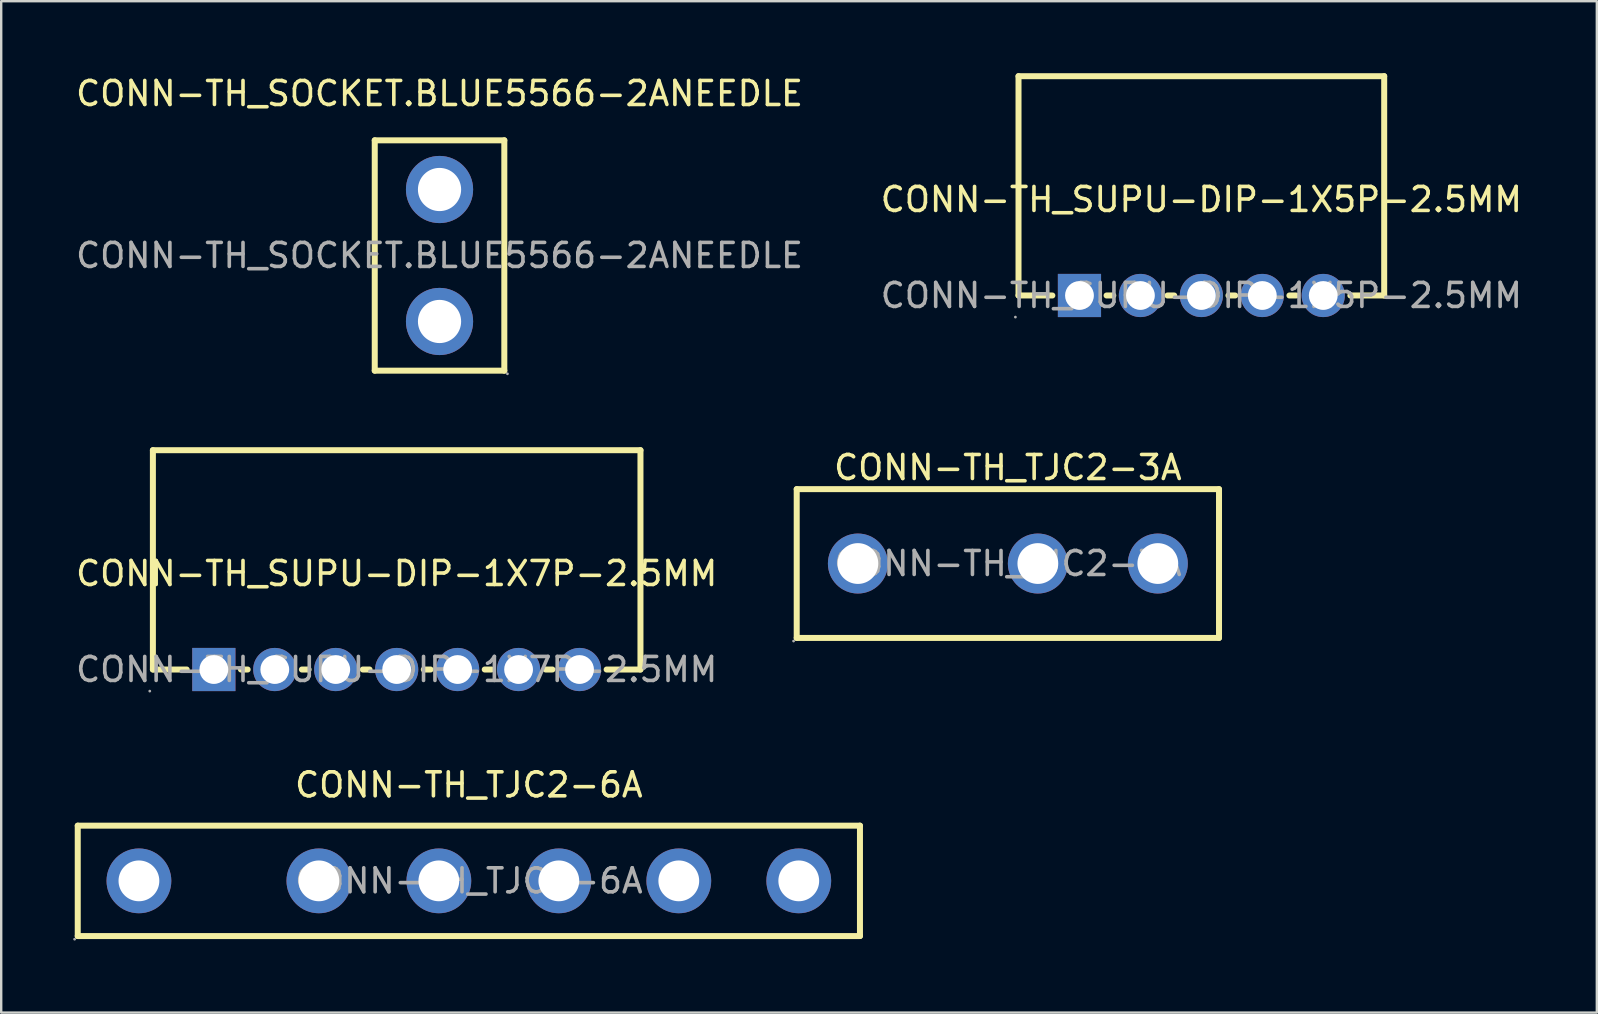
<source format=kicad_pcb>
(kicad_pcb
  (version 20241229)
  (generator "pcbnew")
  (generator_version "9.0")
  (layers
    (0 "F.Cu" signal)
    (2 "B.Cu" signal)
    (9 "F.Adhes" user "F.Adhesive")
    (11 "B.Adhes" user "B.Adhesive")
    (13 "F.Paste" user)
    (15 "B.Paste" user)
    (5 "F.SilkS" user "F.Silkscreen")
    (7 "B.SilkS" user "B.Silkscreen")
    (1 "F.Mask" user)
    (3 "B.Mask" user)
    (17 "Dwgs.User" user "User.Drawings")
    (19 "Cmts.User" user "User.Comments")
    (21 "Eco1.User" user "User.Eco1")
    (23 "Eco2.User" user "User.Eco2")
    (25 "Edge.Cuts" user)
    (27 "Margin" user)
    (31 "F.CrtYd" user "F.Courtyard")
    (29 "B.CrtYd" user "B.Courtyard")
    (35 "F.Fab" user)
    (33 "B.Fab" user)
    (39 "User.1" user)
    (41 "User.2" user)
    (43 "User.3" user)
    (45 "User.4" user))
  (footprint "CONN-TH_TJC2-6A"
    (layer "F.Cu")
    (at 16.49 33.661)
    (property "Reference" "CONN-TH_TJC2-6A" (at 0 -4 0) (layer "F.SilkS") (effects (font (size 1 1) (thickness 0.15))))
    (attr through_hole)
    (fp_line (start -16.3 -2.3) (end 16.3 -2.3) (stroke (width 0.25) (type solid)) (layer "F.SilkS"))
    (fp_line (start -16.3 2.3) (end -16.3 -2.3) (stroke (width 0.25) (type solid)) (layer "F.SilkS"))
    (fp_line (start 16.3 -2.3) (end 16.3 2.3) (stroke (width 0.25) (type solid)) (layer "F.SilkS"))
    (fp_line (start 16.3 2.3) (end -16.3 2.3) (stroke (width 0.25) (type solid)) (layer "F.SilkS"))
    (fp_circle (center -16.43 2.43) (end -16.4 2.43) (stroke (width 0.06) (type solid)) (fill no) (layer "F.Fab"))
    (fp_circle (center -13.75 0) (end -13.37 0) (stroke (width 0.75) (type solid)) (fill no) (layer "F.Fab"))
    (fp_circle (center -6.25 0) (end -5.87 0) (stroke (width 0.75) (type solid)) (fill no) (layer "F.Fab"))
    (fp_circle (center -1.25 0) (end -0.87 0) (stroke (width 0.75) (type solid)) (fill no) (layer "F.Fab"))
    (fp_circle (center 3.75 0) (end 4.13 0) (stroke (width 0.75) (type solid)) (fill no) (layer "F.Fab"))
    (fp_circle (center 8.75 0) (end 9.13 0) (stroke (width 0.75) (type solid)) (fill no) (layer "F.Fab"))
    (fp_circle (center 13.75 0) (end 14.13 0) (stroke (width 0.75) (type solid)) (fill no) (layer "F.Fab"))
    (fp_text user "${REFERENCE}" (at 0 0 0) (layer "F.Fab") (effects (font (size 1 1) (thickness 0.15))))
    (pad "1" thru_hole circle (at -13.75 0) (size 2.7 2.7) (drill 1.7) (layers "*.Cu" "*.Paste" "*.Mask"))
    (pad "2" thru_hole circle (at -6.25 0) (size 2.7 2.7) (drill 1.7) (layers "*.Cu" "*.Paste" "*.Mask"))
    (pad "3" thru_hole circle (at -1.25 0) (size 2.7 2.7) (drill 1.7) (layers "*.Cu" "*.Paste" "*.Mask"))
    (pad "4" thru_hole circle (at 3.75 0) (size 2.7 2.7) (drill 1.7) (layers "*.Cu" "*.Paste" "*.Mask"))
    (pad "5" thru_hole circle (at 8.75 0) (size 2.7 2.7) (drill 1.7) (layers "*.Cu" "*.Paste" "*.Mask"))
    (pad "6" thru_hole circle (at 13.75 0) (size 2.7 2.7) (drill 1.7) (layers "*.Cu" "*.Paste" "*.Mask")))
  (footprint "CONN-TH_TJC2-3A"
    (layer "F.Cu")
    (at 38.954 20.436)
    (property "Reference" "CONN-TH_TJC2-3A" (at 0 -4 0) (layer "F.SilkS") (effects (font (size 1 1) (thickness 0.15))))
    (attr through_hole)
    (fp_line (start -8.8 -3.1) (end 8.8 -3.1) (stroke (width 0.25) (type solid)) (layer "F.SilkS"))
    (fp_line (start -8.8 3.1) (end -8.8 -3.1) (stroke (width 0.25) (type solid)) (layer "F.SilkS"))
    (fp_line (start 8.8 -3.1) (end 8.8 3.1) (stroke (width 0.25) (type solid)) (layer "F.SilkS"))
    (fp_line (start 8.8 3.1) (end -8.8 3.1) (stroke (width 0.25) (type solid)) (layer "F.SilkS"))
    (fp_circle (center -8.93 3.23) (end -8.9 3.23) (stroke (width 0.06) (type solid)) (fill no) (layer "F.Fab"))
    (fp_circle (center -6.25 0) (end -5.87 0) (stroke (width 0.75) (type solid)) (fill no) (layer "F.Fab"))
    (fp_circle (center 1.25 0) (end 1.63 0) (stroke (width 0.75) (type solid)) (fill no) (layer "F.Fab"))
    (fp_circle (center 6.25 0) (end 6.63 0) (stroke (width 0.75) (type solid)) (fill no) (layer "F.Fab"))
    (fp_text user "${REFERENCE}" (at 0 0 0) (layer "F.Fab") (effects (font (size 1 1) (thickness 0.15))))
    (pad "1" thru_hole circle (at -6.25 0) (size 2.5 2.5) (drill 1.7) (layers "*.Cu" "*.Paste" "*.Mask"))
    (pad "2" thru_hole circle (at 1.25 0) (size 2.5 2.5) (drill 1.7) (layers "*.Cu" "*.Paste" "*.Mask"))
    (pad "3" thru_hole circle (at 6.25 0) (size 2.5 2.5) (drill 1.7) (layers "*.Cu" "*.Paste" "*.Mask")))
  (footprint "CONN-TH_SUPU-DIP-1X7P-2.5MM"
    (layer "F.Cu")
    (at 13.482 24.853)
    (property "Reference" "CONN-TH_SUPU-DIP-1X7P-2.5MM" (at 0 -4 0) (layer "F.SilkS") (effects (font (size 1 1) (thickness 0.15))))
    (attr through_hole)
    (fp_line (start -10.16 -9.14) (end -10.16 0) (stroke (width 0.25) (type solid)) (layer "F.SilkS"))
    (fp_line (start -10.16 0) (end -8.75 0) (stroke (width 0.25) (type solid)) (layer "F.SilkS"))
    (fp_line (start -6.49 0) (end -6.21 0) (stroke (width 0.25) (type solid)) (layer "F.SilkS"))
    (fp_line (start -3.95 0) (end -3.67 0) (stroke (width 0.25) (type solid)) (layer "F.SilkS"))
    (fp_line (start -1.41 0) (end -1.13 0) (stroke (width 0.25) (type solid)) (layer "F.SilkS"))
    (fp_line (start 1.13 0) (end 1.41 0) (stroke (width 0.25) (type solid)) (layer "F.SilkS"))
    (fp_line (start 3.67 0) (end 3.95 0) (stroke (width 0.25) (type solid)) (layer "F.SilkS"))
    (fp_line (start 6.21 0) (end 6.49 0) (stroke (width 0.25) (type solid)) (layer "F.SilkS"))
    (fp_line (start 8.75 0) (end 10.16 0) (stroke (width 0.25) (type solid)) (layer "F.SilkS"))
    (fp_line (start 10.16 -9.14) (end -10.16 -9.14) (stroke (width 0.25) (type solid)) (layer "F.SilkS"))
    (fp_line (start 10.16 0) (end 10.16 -9.14) (stroke (width 0.25) (type solid)) (layer "F.SilkS"))
    (fp_circle (center -10.29 0.9) (end -10.26 0.9) (stroke (width 0.06) (type solid)) (fill no) (layer "F.Fab"))
    (fp_circle (center -7.62 0) (end -7.37 0) (stroke (width 0.5) (type solid)) (fill no) (layer "F.Fab"))
    (fp_circle (center -5.08 0) (end -4.83 0) (stroke (width 0.5) (type solid)) (fill no) (layer "F.Fab"))
    (fp_circle (center -2.54 0) (end -2.29 0) (stroke (width 0.5) (type solid)) (fill no) (layer "F.Fab"))
    (fp_circle (center 0 0) (end 0.25 0) (stroke (width 0.5) (type solid)) (fill no) (layer "F.Fab"))
    (fp_circle (center 2.54 0) (end 2.79 0) (stroke (width 0.5) (type solid)) (fill no) (layer "F.Fab"))
    (fp_circle (center 5.08 0) (end 5.33 0) (stroke (width 0.5) (type solid)) (fill no) (layer "F.Fab"))
    (fp_circle (center 7.62 0) (end 7.87 0) (stroke (width 0.5) (type solid)) (fill no) (layer "F.Fab"))
    (fp_text user "${REFERENCE}" (at 0 0 0) (layer "F.Fab") (effects (font (size 1 1) (thickness 0.15))))
    (pad "1" thru_hole rect (at -7.62 0) (size 1.8 1.8) (drill 1.2) (layers "*.Cu" "*.Paste" "*.Mask"))
    (pad "2" thru_hole circle (at -5.08 0) (size 1.8 1.8) (drill 1.2) (layers "*.Cu" "*.Paste" "*.Mask"))
    (pad "3" thru_hole circle (at -2.54 0) (size 1.8 1.8) (drill 1.2) (layers "*.Cu" "*.Paste" "*.Mask"))
    (pad "4" thru_hole circle (at 0 0) (size 1.8 1.8) (drill 1.2) (layers "*.Cu" "*.Paste" "*.Mask"))
    (pad "5" thru_hole circle (at 2.54 0) (size 1.8 1.8) (drill 1.2) (layers "*.Cu" "*.Paste" "*.Mask"))
    (pad "6" thru_hole circle (at 5.08 0) (size 1.8 1.8) (drill 1.2) (layers "*.Cu" "*.Paste" "*.Mask"))
    (pad "7" thru_hole circle (at 7.62 0) (size 1.8 1.8) (drill 1.2) (layers "*.Cu" "*.Paste" "*.Mask")))
  (footprint "CONN-TH_SOCKET.BLUE5566-2ANEEDLE"
    (layer "F.Cu")
    (at 15.268 7.598)
    (property "Reference" "CONN-TH_SOCKET.BLUE5566-2ANEEDLE" (at 0 -6.75 0) (layer "F.SilkS") (effects (font (size 1 1) (thickness 0.15))))
    (attr through_hole)
    (fp_line (start -2.7 -4.8) (end -2.7 4.8) (stroke (width 0.25) (type solid)) (layer "F.SilkS"))
    (fp_line (start -2.7 -4.8) (end 2.7 -4.8) (stroke (width 0.25) (type solid)) (layer "F.SilkS"))
    (fp_line (start 2.7 4.8) (end -2.7 4.8) (stroke (width 0.25) (type solid)) (layer "F.SilkS"))
    (fp_line (start 2.7 4.8) (end 2.7 -4.8) (stroke (width 0.25) (type solid)) (layer "F.SilkS"))
    (fp_circle (center 0 -2.75) (end 0.4 -2.75) (stroke (width 0.8) (type solid)) (fill no) (layer "F.Fab"))
    (fp_circle (center 0 2.75) (end 0.4 2.75) (stroke (width 0.8) (type solid)) (fill no) (layer "F.Fab"))
    (fp_circle (center 2.83 4.93) (end 2.86 4.93) (stroke (width 0.06) (type solid)) (fill no) (layer "F.Fab"))
    (fp_text user "${REFERENCE}" (at 0 0 0) (layer "F.Fab") (effects (font (size 1 1) (thickness 0.15))))
    (pad "1" thru_hole circle (at 0 2.75 90) (size 2.8 2.8) (drill 1.8) (layers "*.Cu" "*.Paste" "*.Mask"))
    (pad "2" thru_hole circle (at 0 -2.75) (size 2.8 2.8) (drill 1.8) (layers "*.Cu" "*.Paste" "*.Mask")))
  (footprint "CONN-TH_SUPU-DIP-1X5P-2.5MM"
    (layer "F.Cu")
    (at 47.018 9.265)
    (property "Reference" "CONN-TH_SUPU-DIP-1X5P-2.5MM" (at 0 -4 0) (layer "F.SilkS") (effects (font (size 1 1) (thickness 0.15))))
    (attr through_hole)
    (fp_line (start -7.62 -9.14) (end -7.62 0) (stroke (width 0.25) (type solid)) (layer "F.SilkS"))
    (fp_line (start -7.62 0) (end -6.21 0) (stroke (width 0.25) (type solid)) (layer "F.SilkS"))
    (fp_line (start -3.95 0) (end -3.67 0) (stroke (width 0.25) (type solid)) (layer "F.SilkS"))
    (fp_line (start -1.41 0) (end -1.13 0) (stroke (width 0.25) (type solid)) (layer "F.SilkS"))
    (fp_line (start 1.13 0) (end 1.41 0) (stroke (width 0.25) (type solid)) (layer "F.SilkS"))
    (fp_line (start 3.67 0) (end 3.95 0) (stroke (width 0.25) (type solid)) (layer "F.SilkS"))
    (fp_line (start 6.21 0) (end 7.62 0) (stroke (width 0.25) (type solid)) (layer "F.SilkS"))
    (fp_line (start 7.62 -9.14) (end -7.62 -9.14) (stroke (width 0.25) (type solid)) (layer "F.SilkS"))
    (fp_line (start 7.62 0) (end 7.62 -9.14) (stroke (width 0.25) (type solid)) (layer "F.SilkS"))
    (fp_circle (center -7.75 0.9) (end -7.72 0.9) (stroke (width 0.06) (type solid)) (fill no) (layer "F.Fab"))
    (fp_circle (center -5.08 0) (end -4.83 0) (stroke (width 0.5) (type solid)) (fill no) (layer "F.Fab"))
    (fp_circle (center -2.54 0) (end -2.29 0) (stroke (width 0.5) (type solid)) (fill no) (layer "F.Fab"))
    (fp_circle (center 0 0) (end 0.25 0) (stroke (width 0.5) (type solid)) (fill no) (layer "F.Fab"))
    (fp_circle (center 2.54 0) (end 2.79 0) (stroke (width 0.5) (type solid)) (fill no) (layer "F.Fab"))
    (fp_circle (center 5.08 0) (end 5.33 0) (stroke (width 0.5) (type solid)) (fill no) (layer "F.Fab"))
    (fp_text user "${REFERENCE}" (at 0 0 0) (layer "F.Fab") (effects (font (size 1 1) (thickness 0.15))))
    (pad "1" thru_hole rect (at -5.08 0) (size 1.8 1.8) (drill 1.2) (layers "*.Cu" "*.Paste" "*.Mask"))
    (pad "2" thru_hole circle (at -2.54 0) (size 1.8 1.8) (drill 1.2) (layers "*.Cu" "*.Paste" "*.Mask"))
    (pad "3" thru_hole circle (at 0 0) (size 1.8 1.8) (drill 1.2) (layers "*.Cu" "*.Paste" "*.Mask"))
    (pad "4" thru_hole circle (at 2.54 0) (size 1.8 1.8) (drill 1.2) (layers "*.Cu" "*.Paste" "*.Mask"))
    (pad "5" thru_hole circle (at 5.08 0) (size 1.8 1.8) (drill 1.2) (layers "*.Cu" "*.Paste" "*.Mask")))
  (gr_rect
    (start -3 -3)
    (end 63.5 39.151)
    (stroke (width 0.1) (type default))
    (fill no)
    (layer "Edge.Cuts")))
</source>
